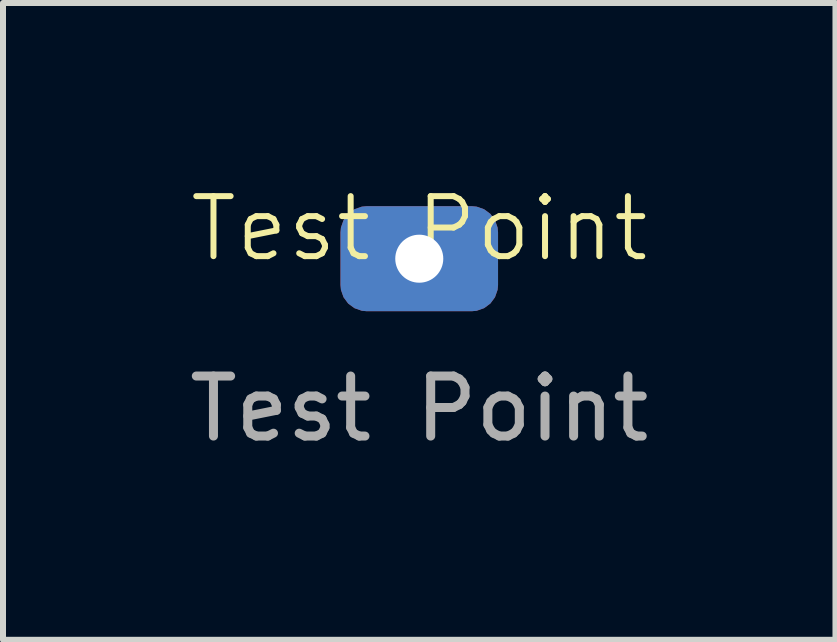
<source format=kicad_pcb>
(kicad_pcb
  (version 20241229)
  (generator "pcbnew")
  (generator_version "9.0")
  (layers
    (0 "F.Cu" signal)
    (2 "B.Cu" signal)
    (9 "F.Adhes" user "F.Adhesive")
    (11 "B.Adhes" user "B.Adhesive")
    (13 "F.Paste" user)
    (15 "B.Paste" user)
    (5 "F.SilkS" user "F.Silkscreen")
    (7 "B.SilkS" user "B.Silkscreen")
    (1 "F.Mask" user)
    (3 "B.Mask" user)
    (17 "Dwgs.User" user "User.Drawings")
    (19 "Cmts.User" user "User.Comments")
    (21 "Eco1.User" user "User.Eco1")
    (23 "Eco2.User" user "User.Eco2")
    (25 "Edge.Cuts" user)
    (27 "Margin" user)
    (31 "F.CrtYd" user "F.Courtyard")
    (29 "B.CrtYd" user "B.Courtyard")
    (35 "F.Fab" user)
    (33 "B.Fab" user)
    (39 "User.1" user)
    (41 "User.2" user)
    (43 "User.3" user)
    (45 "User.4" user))
  (footprint "Test Point"
    (layer "F.Cu")
    (at 3.935 1.26)
    (property "Reference" "Test Point" (at 0 -0.5 0) (unlocked yes) (layer "F.SilkS") (effects (font (size 1 1) (thickness 0.1))))
    (attr smd)
    (fp_text user "${REFERENCE}" (at 0 2.5 0) (unlocked yes) (layer "F.Fab") (effects (font (size 1 1) (thickness 0.15))))
    (pad "1" thru_hole roundrect (at 0 0) (size 2.625 1.75) (drill 0.8) (layers "*.Cu" "*.Mask") (roundrect_rratio 0.25)))
  (gr_rect
    (start -3 -3)
    (end 10.869 7.609)
    (stroke (width 0.1) (type default))
    (fill no)
    (layer "Edge.Cuts")))
</source>
